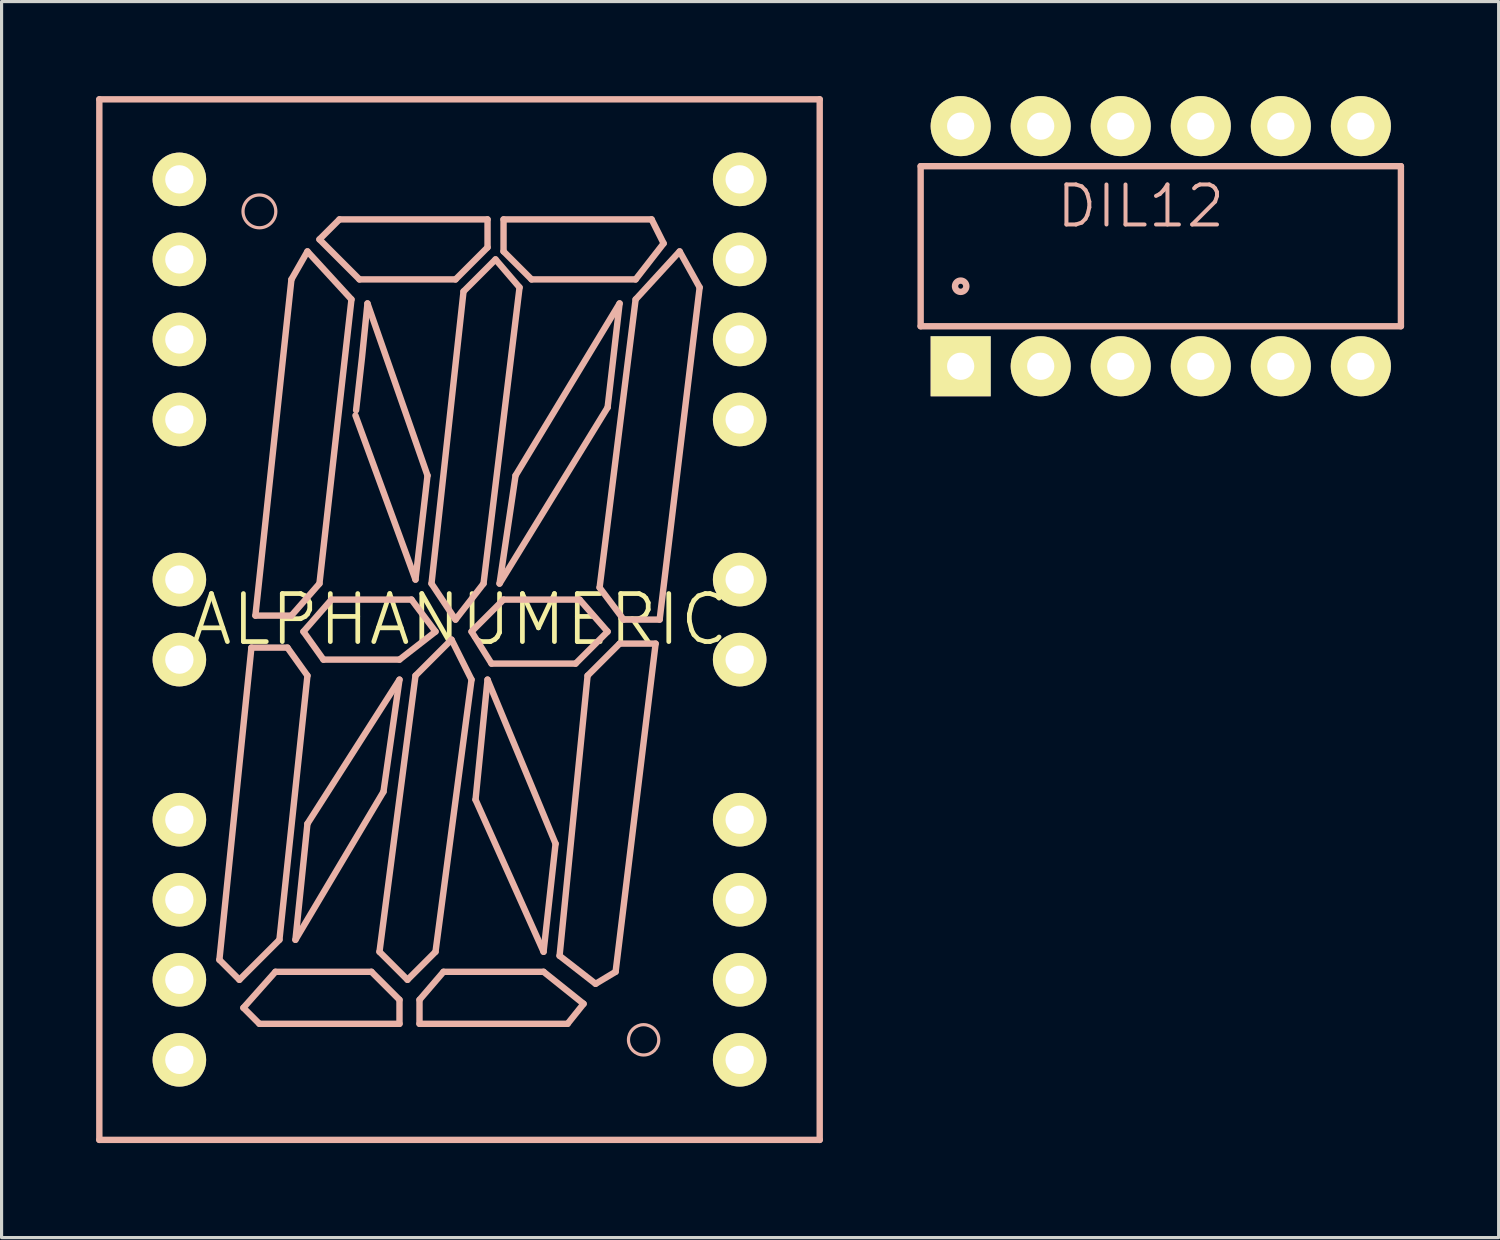
<source format=kicad_pcb>
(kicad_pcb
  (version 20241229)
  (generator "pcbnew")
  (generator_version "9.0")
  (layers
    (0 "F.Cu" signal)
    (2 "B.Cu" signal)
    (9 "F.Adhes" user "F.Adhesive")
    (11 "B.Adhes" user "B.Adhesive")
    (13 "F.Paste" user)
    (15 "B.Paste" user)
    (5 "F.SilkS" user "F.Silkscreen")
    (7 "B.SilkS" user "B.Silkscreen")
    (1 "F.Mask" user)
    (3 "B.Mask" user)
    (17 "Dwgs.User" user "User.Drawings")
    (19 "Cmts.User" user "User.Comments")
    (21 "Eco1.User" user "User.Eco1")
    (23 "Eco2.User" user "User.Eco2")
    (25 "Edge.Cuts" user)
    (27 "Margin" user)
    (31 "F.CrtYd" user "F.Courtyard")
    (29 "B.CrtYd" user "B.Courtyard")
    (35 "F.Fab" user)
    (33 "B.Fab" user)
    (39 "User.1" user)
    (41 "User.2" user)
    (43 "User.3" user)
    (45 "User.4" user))
  (footprint "DIL12"
    (layer "F.Cu")
    (at 33.785 4.763)
    (property "Reference" "DIL12" (at -0.635 -1.27 0) (layer "B.SilkS") (effects (font (size 1.27 1.27) (thickness 0.127))))
    (attr exclude_from_pos_files exclude_from_bom)
    (fp_line (start -7.62 -2.54) (end 7.62 -2.54) (stroke (width 0.203) (type solid)) (layer "B.SilkS"))
    (fp_line (start -7.62 2.54) (end -7.62 -2.54) (stroke (width 0.203) (type solid)) (layer "B.SilkS"))
    (fp_line (start -7.62 2.54) (end 7.62 2.54) (stroke (width 0.203) (type solid)) (layer "B.SilkS"))
    (fp_line (start 7.62 -2.54) (end 7.62 2.54) (stroke (width 0.203) (type solid)) (layer "B.SilkS"))
    (fp_circle (center -6.35 1.27) (end -6.477 1.397) (stroke (width 0.203) (type solid)) (fill no) (layer "B.SilkS"))
    (pad "1" thru_hole rect (at -6.35 3.81) (size 1.905 1.905) (drill 0.864) (layers "*.Cu" "F.Mask" "F.SilkS" "F.Paste"))
    (pad "2" thru_hole circle (at -3.81 3.81) (size 1.905 1.905) (drill 0.864) (layers "*.Cu" "F.Mask" "F.SilkS" "F.Paste"))
    (pad "3" thru_hole circle (at -1.27 3.81) (size 1.905 1.905) (drill 0.864) (layers "*.Cu" "F.Mask" "F.SilkS" "F.Paste"))
    (pad "4" thru_hole circle (at 1.27 3.81) (size 1.905 1.905) (drill 0.864) (layers "*.Cu" "F.Mask" "F.SilkS" "F.Paste"))
    (pad "5" thru_hole circle (at 3.81 3.81) (size 1.905 1.905) (drill 0.864) (layers "*.Cu" "F.Mask" "F.SilkS" "F.Paste"))
    (pad "6" thru_hole circle (at 6.35 3.81) (size 1.905 1.905) (drill 0.864) (layers "*.Cu" "F.Mask" "F.SilkS" "F.Paste"))
    (pad "7" thru_hole circle (at 6.35 -3.81) (size 1.905 1.905) (drill 0.864) (layers "*.Cu" "F.Mask" "F.SilkS" "F.Paste"))
    (pad "8" thru_hole circle (at 3.81 -3.81) (size 1.905 1.905) (drill 0.864) (layers "*.Cu" "F.Mask" "F.SilkS" "F.Paste"))
    (pad "9" thru_hole circle (at 1.27 -3.81) (size 1.905 1.905) (drill 0.864) (layers "*.Cu" "F.Mask" "F.SilkS" "F.Paste"))
    (pad "10" thru_hole circle (at -1.27 -3.81) (size 1.905 1.905) (drill 0.864) (layers "*.Cu" "F.Mask" "F.SilkS" "F.Paste"))
    (pad "11" thru_hole circle (at -3.81 -3.81) (size 1.905 1.905) (drill 0.864) (layers "*.Cu" "F.Mask" "F.SilkS" "F.Paste"))
    (pad "12" thru_hole circle (at -6.35 -3.81) (size 1.905 1.905) (drill 0.864) (layers "*.Cu" "F.Mask" "F.SilkS" "F.Paste")))
  (footprint "ALPHANUMERIC"
    (layer "F.Cu")
    (at 11.532 16.612)
    (property "Reference" "ALPHANUMERIC" (at 0 0 0) (layer "F.SilkS") (effects (font (size 1.524 1.524) (thickness 0.15))))
    (attr exclude_from_pos_files exclude_from_bom)
    (fp_line (start -11.43 -16.51) (end 11.43 -16.51) (stroke (width 0.203) (type solid)) (layer "B.SilkS"))
    (fp_line (start -11.43 16.51) (end -11.43 -16.51) (stroke (width 0.203) (type solid)) (layer "B.SilkS"))
    (fp_line (start -7.62 10.795) (end -6.985 11.43) (stroke (width 0.203) (type solid)) (layer "B.SilkS"))
    (fp_line (start -6.985 11.43) (end -5.715 10.16) (stroke (width 0.203) (type solid)) (layer "B.SilkS"))
    (fp_line (start -6.858 12.319) (end -6.35 12.827) (stroke (width 0.203) (type solid)) (layer "B.SilkS"))
    (fp_line (start -6.604 0.889) (end -7.62 10.795) (stroke (width 0.203) (type solid)) (layer "B.SilkS"))
    (fp_line (start -6.477 -0.127) (end -5.334 -10.795) (stroke (width 0.203) (type solid)) (layer "B.SilkS"))
    (fp_line (start -6.35 12.827) (end -1.905 12.827) (stroke (width 0.203) (type solid)) (layer "B.SilkS"))
    (fp_line (start -5.842 11.176) (end -6.858 12.319) (stroke (width 0.203) (type solid)) (layer "B.SilkS"))
    (fp_line (start -5.715 10.16) (end -4.826 1.778) (stroke (width 0.203) (type solid)) (layer "B.SilkS"))
    (fp_line (start -5.461 0.889) (end -6.604 0.889) (stroke (width 0.203) (type solid)) (layer "B.SilkS"))
    (fp_line (start -5.334 -10.795) (end -4.826 -11.684) (stroke (width 0.203) (type solid)) (layer "B.SilkS"))
    (fp_line (start -5.334 -0.127) (end -6.477 -0.127) (stroke (width 0.203) (type solid)) (layer "B.SilkS"))
    (fp_line (start -5.207 10.16) (end -4.826 6.477) (stroke (width 0.203) (type solid)) (layer "B.SilkS"))
    (fp_line (start -4.953 0.381) (end -4.064 -0.635) (stroke (width 0.203) (type solid)) (layer "B.SilkS"))
    (fp_line (start -4.826 -11.684) (end -3.429 -10.16) (stroke (width 0.203) (type solid)) (layer "B.SilkS"))
    (fp_line (start -4.826 1.778) (end -5.461 0.889) (stroke (width 0.203) (type solid)) (layer "B.SilkS"))
    (fp_line (start -4.826 6.477) (end -1.905 1.905) (stroke (width 0.203) (type solid)) (layer "B.SilkS"))
    (fp_line (start -4.445 -12.065) (end -3.175 -10.795) (stroke (width 0.203) (type solid)) (layer "B.SilkS"))
    (fp_line (start -4.445 -1.143) (end -5.334 -0.127) (stroke (width 0.203) (type solid)) (layer "B.SilkS"))
    (fp_line (start -4.318 1.27) (end -4.953 0.381) (stroke (width 0.203) (type solid)) (layer "B.SilkS"))
    (fp_line (start -4.064 -0.635) (end -1.524 -0.635) (stroke (width 0.203) (type solid)) (layer "B.SilkS"))
    (fp_line (start -3.81 -12.7) (end -4.445 -12.065) (stroke (width 0.203) (type solid)) (layer "B.SilkS"))
    (fp_line (start -3.429 -10.16) (end -4.445 -1.143) (stroke (width 0.203) (type solid)) (layer "B.SilkS"))
    (fp_line (start -3.302 -6.477) (end -1.397 -1.27) (stroke (width 0.203) (type solid)) (layer "B.SilkS"))
    (fp_line (start -3.175 -10.795) (end -0.127 -10.795) (stroke (width 0.203) (type solid)) (layer "B.SilkS"))
    (fp_line (start -2.794 11.176) (end -5.842 11.176) (stroke (width 0.203) (type solid)) (layer "B.SilkS"))
    (fp_line (start -2.54 10.541) (end -1.397 1.778) (stroke (width 0.203) (type solid)) (layer "B.SilkS"))
    (fp_line (start -2.413 5.461) (end -5.207 10.16) (stroke (width 0.203) (type solid)) (layer "B.SilkS"))
    (fp_line (start -1.905 1.27) (end -4.318 1.27) (stroke (width 0.203) (type solid)) (layer "B.SilkS"))
    (fp_line (start -1.905 1.905) (end -2.413 5.461) (stroke (width 0.203) (type solid)) (layer "B.SilkS"))
    (fp_line (start -1.905 12.065) (end -2.794 11.176) (stroke (width 0.203) (type solid)) (layer "B.SilkS"))
    (fp_line (start -1.905 12.827) (end -1.905 12.065) (stroke (width 0.203) (type solid)) (layer "B.SilkS"))
    (fp_line (start -1.651 11.43) (end -2.54 10.541) (stroke (width 0.203) (type solid)) (layer "B.SilkS"))
    (fp_line (start -1.524 -0.635) (end -0.762 0.381) (stroke (width 0.203) (type solid)) (layer "B.SilkS"))
    (fp_line (start -1.397 -1.27) (end -1.016 -4.572) (stroke (width 0.203) (type solid)) (layer "B.SilkS"))
    (fp_line (start -1.397 1.778) (end -0.254 0.635) (stroke (width 0.203) (type solid)) (layer "B.SilkS"))
    (fp_line (start -1.27 12.065) (end -1.27 12.827) (stroke (width 0.203) (type solid)) (layer "B.SilkS"))
    (fp_line (start -1.27 12.827) (end 3.429 12.827) (stroke (width 0.203) (type solid)) (layer "B.SilkS"))
    (fp_line (start -1.016 -4.572) (end -2.921 -10.033) (stroke (width 0.203) (type solid)) (layer "B.SilkS"))
    (fp_line (start -0.889 -1.143) (end 0.127 -10.414) (stroke (width 0.203) (type solid)) (layer "B.SilkS"))
    (fp_line (start -0.762 0.381) (end -1.905 1.27) (stroke (width 0.203) (type solid)) (layer "B.SilkS"))
    (fp_line (start -0.762 10.541) (end -1.651 11.43) (stroke (width 0.203) (type solid)) (layer "B.SilkS"))
    (fp_line (start -0.508 11.176) (end -1.27 12.065) (stroke (width 0.203) (type solid)) (layer "B.SilkS"))
    (fp_line (start -0.254 0.635) (end 0.381 1.905) (stroke (width 0.203) (type solid)) (layer "B.SilkS"))
    (fp_line (start -0.127 -10.795) (end 0.889 -11.811) (stroke (width 0.203) (type solid)) (layer "B.SilkS"))
    (fp_line (start -0.127 0) (end -0.889 -1.143) (stroke (width 0.203) (type solid)) (layer "B.SilkS"))
    (fp_line (start 0.127 -10.414) (end 1.143 -11.43) (stroke (width 0.203) (type solid)) (layer "B.SilkS"))
    (fp_line (start 0.381 0.381) (end 1.397 -0.635) (stroke (width 0.203) (type solid)) (layer "B.SilkS"))
    (fp_line (start 0.381 1.905) (end -0.762 10.541) (stroke (width 0.203) (type solid)) (layer "B.SilkS"))
    (fp_line (start 0.508 5.715) (end 0.889 1.905) (stroke (width 0.203) (type solid)) (layer "B.SilkS"))
    (fp_line (start 0.762 -1.143) (end -0.127 0) (stroke (width 0.203) (type solid)) (layer "B.SilkS"))
    (fp_line (start 0.889 -12.7) (end -3.81 -12.7) (stroke (width 0.203) (type solid)) (layer "B.SilkS"))
    (fp_line (start 0.889 -11.811) (end 0.889 -12.7) (stroke (width 0.203) (type solid)) (layer "B.SilkS"))
    (fp_line (start 0.889 1.905) (end 3.048 7.112) (stroke (width 0.203) (type solid)) (layer "B.SilkS"))
    (fp_line (start 1.016 1.397) (end 0.381 0.381) (stroke (width 0.203) (type solid)) (layer "B.SilkS"))
    (fp_line (start 1.143 -11.43) (end 1.905 -10.541) (stroke (width 0.203) (type solid)) (layer "B.SilkS"))
    (fp_line (start 1.27 -1.143) (end 1.778 -4.572) (stroke (width 0.203) (type solid)) (layer "B.SilkS"))
    (fp_line (start 1.397 -12.7) (end 1.397 -11.684) (stroke (width 0.203) (type solid)) (layer "B.SilkS"))
    (fp_line (start 1.397 -11.684) (end 2.286 -10.795) (stroke (width 0.203) (type solid)) (layer "B.SilkS"))
    (fp_line (start 1.397 -0.635) (end 3.81 -0.635) (stroke (width 0.203) (type solid)) (layer "B.SilkS"))
    (fp_line (start 1.778 -4.572) (end 5.08 -10.033) (stroke (width 0.203) (type solid)) (layer "B.SilkS"))
    (fp_line (start 1.905 -10.541) (end 0.762 -1.143) (stroke (width 0.203) (type solid)) (layer "B.SilkS"))
    (fp_line (start 2.286 -10.795) (end 5.588 -10.795) (stroke (width 0.203) (type solid)) (layer "B.SilkS"))
    (fp_line (start 2.667 10.541) (end 0.508 5.715) (stroke (width 0.203) (type solid)) (layer "B.SilkS"))
    (fp_line (start 2.667 11.176) (end -0.508 11.176) (stroke (width 0.203) (type solid)) (layer "B.SilkS"))
    (fp_line (start 3.048 7.112) (end 2.667 10.541) (stroke (width 0.203) (type solid)) (layer "B.SilkS"))
    (fp_line (start 3.175 10.668) (end 4.064 1.778) (stroke (width 0.203) (type solid)) (layer "B.SilkS"))
    (fp_line (start 3.429 12.827) (end 3.937 12.192) (stroke (width 0.203) (type solid)) (layer "B.SilkS"))
    (fp_line (start 3.683 1.397) (end 1.016 1.397) (stroke (width 0.203) (type solid)) (layer "B.SilkS"))
    (fp_line (start 3.81 -0.635) (end 4.699 0.381) (stroke (width 0.203) (type solid)) (layer "B.SilkS"))
    (fp_line (start 3.937 12.192) (end 2.667 11.176) (stroke (width 0.203) (type solid)) (layer "B.SilkS"))
    (fp_line (start 4.064 1.778) (end 5.08 0.762) (stroke (width 0.203) (type solid)) (layer "B.SilkS"))
    (fp_line (start 4.318 11.557) (end 3.175 10.668) (stroke (width 0.203) (type solid)) (layer "B.SilkS"))
    (fp_line (start 4.445 -1.016) (end 5.207 0) (stroke (width 0.203) (type solid)) (layer "B.SilkS"))
    (fp_line (start 4.699 -6.731) (end 1.27 -1.143) (stroke (width 0.203) (type solid)) (layer "B.SilkS"))
    (fp_line (start 4.699 0.381) (end 3.683 1.397) (stroke (width 0.203) (type solid)) (layer "B.SilkS"))
    (fp_line (start 4.953 11.176) (end 4.318 11.557) (stroke (width 0.203) (type solid)) (layer "B.SilkS"))
    (fp_line (start 5.08 -10.033) (end 4.699 -6.731) (stroke (width 0.203) (type solid)) (layer "B.SilkS"))
    (fp_line (start 5.08 0.762) (end 6.223 0.762) (stroke (width 0.203) (type solid)) (layer "B.SilkS"))
    (fp_line (start 5.207 0) (end 6.35 0) (stroke (width 0.203) (type solid)) (layer "B.SilkS"))
    (fp_line (start 5.588 -10.795) (end 6.477 -11.938) (stroke (width 0.203) (type solid)) (layer "B.SilkS"))
    (fp_line (start 5.588 -10.16) (end 4.445 -1.016) (stroke (width 0.203) (type solid)) (layer "B.SilkS"))
    (fp_line (start 6.096 -12.7) (end 1.397 -12.7) (stroke (width 0.203) (type solid)) (layer "B.SilkS"))
    (fp_line (start 6.223 0.762) (end 4.953 11.176) (stroke (width 0.203) (type solid)) (layer "B.SilkS"))
    (fp_line (start 6.35 0) (end 7.62 -10.541) (stroke (width 0.203) (type solid)) (layer "B.SilkS"))
    (fp_line (start 6.477 -11.938) (end 6.096 -12.7) (stroke (width 0.203) (type solid)) (layer "B.SilkS"))
    (fp_line (start 6.985 -11.684) (end 5.588 -10.16) (stroke (width 0.203) (type solid)) (layer "B.SilkS"))
    (fp_line (start 7.62 -10.541) (end 6.985 -11.684) (stroke (width 0.203) (type solid)) (layer "B.SilkS"))
    (fp_line (start 11.43 -16.51) (end 11.43 16.51) (stroke (width 0.203) (type solid)) (layer "B.SilkS"))
    (fp_line (start 11.43 16.51) (end -11.43 16.51) (stroke (width 0.203) (type solid)) (layer "B.SilkS"))
    (fp_arc (start -2.921 -10.033) (mid -3.092797 -8.337545) (end -3.282338 -6.643981) (stroke (width 0.2032) (type solid)) (layer "B.SilkS"))
    (fp_circle (center -6.35 -12.954) (end -6.718 -13.322) (stroke (width 0.102) (type solid)) (fill no) (layer "B.SilkS"))
    (fp_circle (center 5.842 13.335) (end 6.182 13.675) (stroke (width 0.102) (type solid)) (fill no) (layer "B.SilkS"))
    (pad "1" thru_hole circle (at -8.89 -13.97) (size 1.699 1.699) (drill 0.899) (layers "*.Cu" "F.Mask" "F.SilkS" "F.Paste"))
    (pad "2" thru_hole circle (at -8.89 -11.43) (size 1.699 1.699) (drill 0.899) (layers "*.Cu" "F.Mask" "F.SilkS" "F.Paste"))
    (pad "3" thru_hole circle (at -8.89 -8.89) (size 1.699 1.699) (drill 0.899) (layers "*.Cu" "F.Mask" "F.SilkS" "F.Paste"))
    (pad "4" thru_hole circle (at -8.89 -6.35) (size 1.699 1.699) (drill 0.899) (layers "*.Cu" "F.Mask" "F.SilkS" "F.Paste"))
    (pad "6" thru_hole circle (at -8.89 -1.27) (size 1.699 1.699) (drill 0.899) (layers "*.Cu" "F.Mask" "F.SilkS" "F.Paste"))
    (pad "7" thru_hole circle (at -8.89 1.27) (size 1.699 1.699) (drill 0.899) (layers "*.Cu" "F.Mask" "F.SilkS" "F.Paste"))
    (pad "9" thru_hole circle (at -8.89 6.35) (size 1.699 1.699) (drill 0.899) (layers "*.Cu" "F.Mask" "F.SilkS" "F.Paste"))
    (pad "10" thru_hole circle (at -8.89 8.89) (size 1.699 1.699) (drill 0.899) (layers "*.Cu" "F.Mask" "F.SilkS" "F.Paste"))
    (pad "11" thru_hole circle (at -8.89 11.43) (size 1.699 1.699) (drill 0.899) (layers "*.Cu" "F.Mask" "F.SilkS" "F.Paste"))
    (pad "12" thru_hole circle (at -8.89 13.97) (size 1.699 1.699) (drill 0.899) (layers "*.Cu" "F.Mask" "F.SilkS" "F.Paste"))
    (pad "13" thru_hole circle (at 8.89 13.97) (size 1.699 1.699) (drill 0.899) (layers "*.Cu" "F.Mask" "F.SilkS" "F.Paste"))
    (pad "14" thru_hole circle (at 8.89 11.43) (size 1.699 1.699) (drill 0.899) (layers "*.Cu" "F.Mask" "F.SilkS" "F.Paste"))
    (pad "15" thru_hole circle (at 8.89 8.89) (size 1.699 1.699) (drill 0.899) (layers "*.Cu" "F.Mask" "F.SilkS" "F.Paste"))
    (pad "16" thru_hole circle (at 8.89 6.35) (size 1.699 1.699) (drill 0.899) (layers "*.Cu" "F.Mask" "F.SilkS" "F.Paste"))
    (pad "18" thru_hole circle (at 8.89 1.27) (size 1.699 1.699) (drill 0.899) (layers "*.Cu" "F.Mask" "F.SilkS" "F.Paste"))
    (pad "19" thru_hole circle (at 8.89 -1.27) (size 1.699 1.699) (drill 0.899) (layers "*.Cu" "F.Mask" "F.SilkS" "F.Paste"))
    (pad "21" thru_hole circle (at 8.89 -6.35) (size 1.699 1.699) (drill 0.899) (layers "*.Cu" "F.Mask" "F.SilkS" "F.Paste"))
    (pad "22" thru_hole circle (at 8.89 -8.89) (size 1.699 1.699) (drill 0.899) (layers "*.Cu" "F.Mask" "F.SilkS" "F.Paste"))
    (pad "23" thru_hole circle (at 8.89 -11.43) (size 1.699 1.699) (drill 0.899) (layers "*.Cu" "F.Mask" "F.SilkS" "F.Paste"))
    (pad "24" thru_hole circle (at 8.89 -13.97) (size 1.699 1.699) (drill 0.899) (layers "*.Cu" "F.Mask" "F.SilkS" "F.Paste")))
  (gr_rect
    (start -3 -3)
    (end 44.506 36.223)
    (stroke (width 0.1) (type default))
    (fill no)
    (layer "Edge.Cuts")))
</source>
